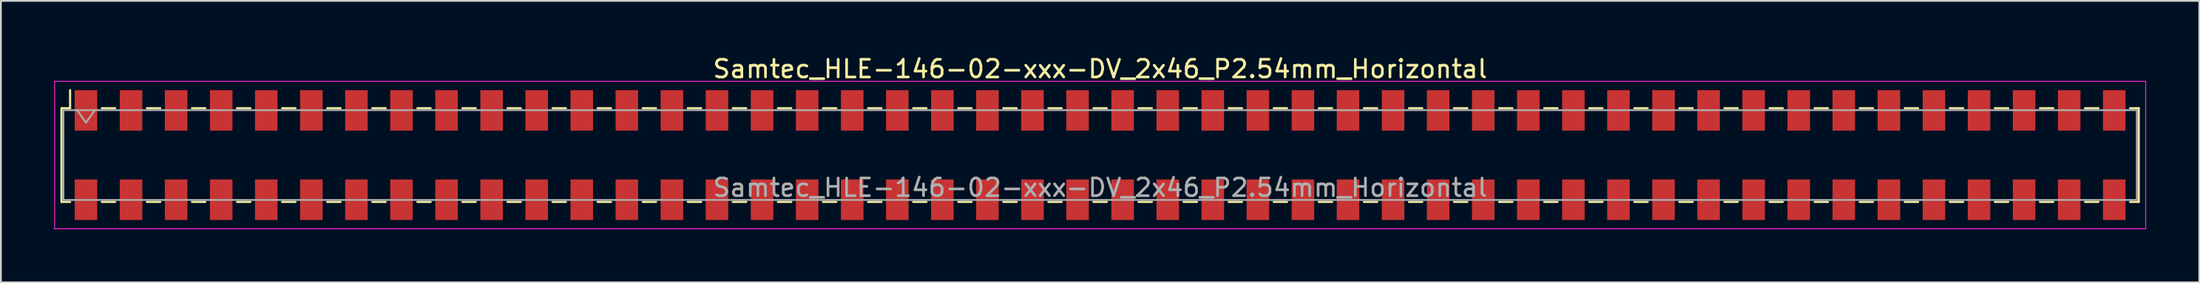
<source format=kicad_pcb>
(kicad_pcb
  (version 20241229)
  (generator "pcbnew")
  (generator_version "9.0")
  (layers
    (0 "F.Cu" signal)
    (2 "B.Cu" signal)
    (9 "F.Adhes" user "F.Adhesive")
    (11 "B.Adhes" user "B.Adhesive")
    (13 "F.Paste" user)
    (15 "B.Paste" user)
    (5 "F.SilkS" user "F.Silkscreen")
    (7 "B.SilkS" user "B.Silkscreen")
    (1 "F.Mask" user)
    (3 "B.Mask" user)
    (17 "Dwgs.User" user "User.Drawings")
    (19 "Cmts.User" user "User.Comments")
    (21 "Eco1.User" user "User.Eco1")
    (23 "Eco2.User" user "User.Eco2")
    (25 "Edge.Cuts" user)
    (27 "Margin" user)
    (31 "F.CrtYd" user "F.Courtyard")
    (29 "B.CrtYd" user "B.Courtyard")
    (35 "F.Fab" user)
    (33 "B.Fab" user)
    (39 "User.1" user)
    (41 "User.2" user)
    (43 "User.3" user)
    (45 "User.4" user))
  (footprint "Samtec_HLE-146-02-xxx-DV_2x46_P2.54mm_Horizontal"
    (layer "F.Cu")
    (at 58.945 5.718)
    (property "Reference" "Samtec_HLE-146-02-xxx-DV_2x46_P2.54mm_Horizontal" (at 0 -4.87 0) (layer "F.SilkS") (effects (font (size 1 1) (thickness 0.15))))
    (attr smd)
    (fp_line (start -58.53 -2.65) (end -58.53 2.65) (stroke (width 0.12) (type solid)) (layer "F.SilkS"))
    (fp_line (start -58.53 2.65) (end -58.045 2.65) (stroke (width 0.12) (type solid)) (layer "F.SilkS"))
    (fp_line (start -58.045 -3.67) (end -58.045 -2.65) (stroke (width 0.12) (type solid)) (layer "F.SilkS"))
    (fp_line (start -58.045 -2.65) (end -58.53 -2.65) (stroke (width 0.12) (type solid)) (layer "F.SilkS"))
    (fp_line (start -56.255 -2.65) (end -55.505 -2.65) (stroke (width 0.12) (type solid)) (layer "F.SilkS"))
    (fp_line (start -56.255 2.65) (end -55.505 2.65) (stroke (width 0.12) (type solid)) (layer "F.SilkS"))
    (fp_line (start -53.715 -2.65) (end -52.965 -2.65) (stroke (width 0.12) (type solid)) (layer "F.SilkS"))
    (fp_line (start -53.715 2.65) (end -52.965 2.65) (stroke (width 0.12) (type solid)) (layer "F.SilkS"))
    (fp_line (start -51.175 -2.65) (end -50.425 -2.65) (stroke (width 0.12) (type solid)) (layer "F.SilkS"))
    (fp_line (start -51.175 2.65) (end -50.425 2.65) (stroke (width 0.12) (type solid)) (layer "F.SilkS"))
    (fp_line (start -48.635 -2.65) (end -47.885 -2.65) (stroke (width 0.12) (type solid)) (layer "F.SilkS"))
    (fp_line (start -48.635 2.65) (end -47.885 2.65) (stroke (width 0.12) (type solid)) (layer "F.SilkS"))
    (fp_line (start -46.095 -2.65) (end -45.345 -2.65) (stroke (width 0.12) (type solid)) (layer "F.SilkS"))
    (fp_line (start -46.095 2.65) (end -45.345 2.65) (stroke (width 0.12) (type solid)) (layer "F.SilkS"))
    (fp_line (start -43.555 -2.65) (end -42.805 -2.65) (stroke (width 0.12) (type solid)) (layer "F.SilkS"))
    (fp_line (start -43.555 2.65) (end -42.805 2.65) (stroke (width 0.12) (type solid)) (layer "F.SilkS"))
    (fp_line (start -41.015 -2.65) (end -40.265 -2.65) (stroke (width 0.12) (type solid)) (layer "F.SilkS"))
    (fp_line (start -41.015 2.65) (end -40.265 2.65) (stroke (width 0.12) (type solid)) (layer "F.SilkS"))
    (fp_line (start -38.475 -2.65) (end -37.725 -2.65) (stroke (width 0.12) (type solid)) (layer "F.SilkS"))
    (fp_line (start -38.475 2.65) (end -37.725 2.65) (stroke (width 0.12) (type solid)) (layer "F.SilkS"))
    (fp_line (start -35.935 -2.65) (end -35.185 -2.65) (stroke (width 0.12) (type solid)) (layer "F.SilkS"))
    (fp_line (start -35.935 2.65) (end -35.185 2.65) (stroke (width 0.12) (type solid)) (layer "F.SilkS"))
    (fp_line (start -33.395 -2.65) (end -32.645 -2.65) (stroke (width 0.12) (type solid)) (layer "F.SilkS"))
    (fp_line (start -33.395 2.65) (end -32.645 2.65) (stroke (width 0.12) (type solid)) (layer "F.SilkS"))
    (fp_line (start -30.855 -2.65) (end -30.105 -2.65) (stroke (width 0.12) (type solid)) (layer "F.SilkS"))
    (fp_line (start -30.855 2.65) (end -30.105 2.65) (stroke (width 0.12) (type solid)) (layer "F.SilkS"))
    (fp_line (start -28.315 -2.65) (end -27.565 -2.65) (stroke (width 0.12) (type solid)) (layer "F.SilkS"))
    (fp_line (start -28.315 2.65) (end -27.565 2.65) (stroke (width 0.12) (type solid)) (layer "F.SilkS"))
    (fp_line (start -25.775 -2.65) (end -25.025 -2.65) (stroke (width 0.12) (type solid)) (layer "F.SilkS"))
    (fp_line (start -25.775 2.65) (end -25.025 2.65) (stroke (width 0.12) (type solid)) (layer "F.SilkS"))
    (fp_line (start -23.235 -2.65) (end -22.485 -2.65) (stroke (width 0.12) (type solid)) (layer "F.SilkS"))
    (fp_line (start -23.235 2.65) (end -22.485 2.65) (stroke (width 0.12) (type solid)) (layer "F.SilkS"))
    (fp_line (start -20.695 -2.65) (end -19.945 -2.65) (stroke (width 0.12) (type solid)) (layer "F.SilkS"))
    (fp_line (start -20.695 2.65) (end -19.945 2.65) (stroke (width 0.12) (type solid)) (layer "F.SilkS"))
    (fp_line (start -18.155 -2.65) (end -17.405 -2.65) (stroke (width 0.12) (type solid)) (layer "F.SilkS"))
    (fp_line (start -18.155 2.65) (end -17.405 2.65) (stroke (width 0.12) (type solid)) (layer "F.SilkS"))
    (fp_line (start -15.615 -2.65) (end -14.865 -2.65) (stroke (width 0.12) (type solid)) (layer "F.SilkS"))
    (fp_line (start -15.615 2.65) (end -14.865 2.65) (stroke (width 0.12) (type solid)) (layer "F.SilkS"))
    (fp_line (start -13.075 -2.65) (end -12.325 -2.65) (stroke (width 0.12) (type solid)) (layer "F.SilkS"))
    (fp_line (start -13.075 2.65) (end -12.325 2.65) (stroke (width 0.12) (type solid)) (layer "F.SilkS"))
    (fp_line (start -10.535 -2.65) (end -9.785 -2.65) (stroke (width 0.12) (type solid)) (layer "F.SilkS"))
    (fp_line (start -10.535 2.65) (end -9.785 2.65) (stroke (width 0.12) (type solid)) (layer "F.SilkS"))
    (fp_line (start -7.995 -2.65) (end -7.245 -2.65) (stroke (width 0.12) (type solid)) (layer "F.SilkS"))
    (fp_line (start -7.995 2.65) (end -7.245 2.65) (stroke (width 0.12) (type solid)) (layer "F.SilkS"))
    (fp_line (start -5.455 -2.65) (end -4.705 -2.65) (stroke (width 0.12) (type solid)) (layer "F.SilkS"))
    (fp_line (start -5.455 2.65) (end -4.705 2.65) (stroke (width 0.12) (type solid)) (layer "F.SilkS"))
    (fp_line (start -2.915 -2.65) (end -2.165 -2.65) (stroke (width 0.12) (type solid)) (layer "F.SilkS"))
    (fp_line (start -2.915 2.65) (end -2.165 2.65) (stroke (width 0.12) (type solid)) (layer "F.SilkS"))
    (fp_line (start -0.375 -2.65) (end 0.375 -2.65) (stroke (width 0.12) (type solid)) (layer "F.SilkS"))
    (fp_line (start -0.375 2.65) (end 0.375 2.65) (stroke (width 0.12) (type solid)) (layer "F.SilkS"))
    (fp_line (start 2.165 -2.65) (end 2.915 -2.65) (stroke (width 0.12) (type solid)) (layer "F.SilkS"))
    (fp_line (start 2.165 2.65) (end 2.915 2.65) (stroke (width 0.12) (type solid)) (layer "F.SilkS"))
    (fp_line (start 4.705 -2.65) (end 5.455 -2.65) (stroke (width 0.12) (type solid)) (layer "F.SilkS"))
    (fp_line (start 4.705 2.65) (end 5.455 2.65) (stroke (width 0.12) (type solid)) (layer "F.SilkS"))
    (fp_line (start 7.245 -2.65) (end 7.995 -2.65) (stroke (width 0.12) (type solid)) (layer "F.SilkS"))
    (fp_line (start 7.245 2.65) (end 7.995 2.65) (stroke (width 0.12) (type solid)) (layer "F.SilkS"))
    (fp_line (start 9.785 -2.65) (end 10.535 -2.65) (stroke (width 0.12) (type solid)) (layer "F.SilkS"))
    (fp_line (start 9.785 2.65) (end 10.535 2.65) (stroke (width 0.12) (type solid)) (layer "F.SilkS"))
    (fp_line (start 12.325 -2.65) (end 13.075 -2.65) (stroke (width 0.12) (type solid)) (layer "F.SilkS"))
    (fp_line (start 12.325 2.65) (end 13.075 2.65) (stroke (width 0.12) (type solid)) (layer "F.SilkS"))
    (fp_line (start 14.865 -2.65) (end 15.615 -2.65) (stroke (width 0.12) (type solid)) (layer "F.SilkS"))
    (fp_line (start 14.865 2.65) (end 15.615 2.65) (stroke (width 0.12) (type solid)) (layer "F.SilkS"))
    (fp_line (start 17.405 -2.65) (end 18.155 -2.65) (stroke (width 0.12) (type solid)) (layer "F.SilkS"))
    (fp_line (start 17.405 2.65) (end 18.155 2.65) (stroke (width 0.12) (type solid)) (layer "F.SilkS"))
    (fp_line (start 19.945 -2.65) (end 20.695 -2.65) (stroke (width 0.12) (type solid)) (layer "F.SilkS"))
    (fp_line (start 19.945 2.65) (end 20.695 2.65) (stroke (width 0.12) (type solid)) (layer "F.SilkS"))
    (fp_line (start 22.485 -2.65) (end 23.235 -2.65) (stroke (width 0.12) (type solid)) (layer "F.SilkS"))
    (fp_line (start 22.485 2.65) (end 23.235 2.65) (stroke (width 0.12) (type solid)) (layer "F.SilkS"))
    (fp_line (start 25.025 -2.65) (end 25.775 -2.65) (stroke (width 0.12) (type solid)) (layer "F.SilkS"))
    (fp_line (start 25.025 2.65) (end 25.775 2.65) (stroke (width 0.12) (type solid)) (layer "F.SilkS"))
    (fp_line (start 27.565 -2.65) (end 28.315 -2.65) (stroke (width 0.12) (type solid)) (layer "F.SilkS"))
    (fp_line (start 27.565 2.65) (end 28.315 2.65) (stroke (width 0.12) (type solid)) (layer "F.SilkS"))
    (fp_line (start 30.105 -2.65) (end 30.855 -2.65) (stroke (width 0.12) (type solid)) (layer "F.SilkS"))
    (fp_line (start 30.105 2.65) (end 30.855 2.65) (stroke (width 0.12) (type solid)) (layer "F.SilkS"))
    (fp_line (start 32.645 -2.65) (end 33.395 -2.65) (stroke (width 0.12) (type solid)) (layer "F.SilkS"))
    (fp_line (start 32.645 2.65) (end 33.395 2.65) (stroke (width 0.12) (type solid)) (layer "F.SilkS"))
    (fp_line (start 35.185 -2.65) (end 35.935 -2.65) (stroke (width 0.12) (type solid)) (layer "F.SilkS"))
    (fp_line (start 35.185 2.65) (end 35.935 2.65) (stroke (width 0.12) (type solid)) (layer "F.SilkS"))
    (fp_line (start 37.725 -2.65) (end 38.475 -2.65) (stroke (width 0.12) (type solid)) (layer "F.SilkS"))
    (fp_line (start 37.725 2.65) (end 38.475 2.65) (stroke (width 0.12) (type solid)) (layer "F.SilkS"))
    (fp_line (start 40.265 -2.65) (end 41.015 -2.65) (stroke (width 0.12) (type solid)) (layer "F.SilkS"))
    (fp_line (start 40.265 2.65) (end 41.015 2.65) (stroke (width 0.12) (type solid)) (layer "F.SilkS"))
    (fp_line (start 42.805 -2.65) (end 43.555 -2.65) (stroke (width 0.12) (type solid)) (layer "F.SilkS"))
    (fp_line (start 42.805 2.65) (end 43.555 2.65) (stroke (width 0.12) (type solid)) (layer "F.SilkS"))
    (fp_line (start 45.345 -2.65) (end 46.095 -2.65) (stroke (width 0.12) (type solid)) (layer "F.SilkS"))
    (fp_line (start 45.345 2.65) (end 46.095 2.65) (stroke (width 0.12) (type solid)) (layer "F.SilkS"))
    (fp_line (start 47.885 -2.65) (end 48.635 -2.65) (stroke (width 0.12) (type solid)) (layer "F.SilkS"))
    (fp_line (start 47.885 2.65) (end 48.635 2.65) (stroke (width 0.12) (type solid)) (layer "F.SilkS"))
    (fp_line (start 50.425 -2.65) (end 51.175 -2.65) (stroke (width 0.12) (type solid)) (layer "F.SilkS"))
    (fp_line (start 50.425 2.65) (end 51.175 2.65) (stroke (width 0.12) (type solid)) (layer "F.SilkS"))
    (fp_line (start 52.965 -2.65) (end 53.715 -2.65) (stroke (width 0.12) (type solid)) (layer "F.SilkS"))
    (fp_line (start 52.965 2.65) (end 53.715 2.65) (stroke (width 0.12) (type solid)) (layer "F.SilkS"))
    (fp_line (start 55.505 -2.65) (end 56.255 -2.65) (stroke (width 0.12) (type solid)) (layer "F.SilkS"))
    (fp_line (start 55.505 2.65) (end 56.255 2.65) (stroke (width 0.12) (type solid)) (layer "F.SilkS"))
    (fp_line (start 58.045 -2.65) (end 58.53 -2.65) (stroke (width 0.12) (type solid)) (layer "F.SilkS"))
    (fp_line (start 58.53 -2.65) (end 58.53 2.65) (stroke (width 0.12) (type solid)) (layer "F.SilkS"))
    (fp_line (start 58.53 2.65) (end 58.045 2.65) (stroke (width 0.12) (type solid)) (layer "F.SilkS"))
    (fp_line (start -58.92 -4.17) (end 58.92 -4.17) (stroke (width 0.05) (type solid)) (layer "F.CrtYd"))
    (fp_line (start -58.92 4.17) (end -58.92 -4.17) (stroke (width 0.05) (type solid)) (layer "F.CrtYd"))
    (fp_line (start 58.92 -4.17) (end 58.92 4.17) (stroke (width 0.05) (type solid)) (layer "F.CrtYd"))
    (fp_line (start 58.92 4.17) (end -58.92 4.17) (stroke (width 0.05) (type solid)) (layer "F.CrtYd"))
    (fp_line (start -58.42 -2.54) (end 58.42 -2.54) (stroke (width 0.1) (type solid)) (layer "F.Fab"))
    (fp_line (start -58.42 2.54) (end -58.42 -2.54) (stroke (width 0.1) (type solid)) (layer "F.Fab"))
    (fp_line (start -57.65 -2.54) (end -57.15 -1.833) (stroke (width 0.1) (type solid)) (layer "F.Fab"))
    (fp_line (start -57.15 -1.833) (end -56.65 -2.54) (stroke (width 0.1) (type solid)) (layer "F.Fab"))
    (fp_line (start 58.42 -2.54) (end 58.42 2.54) (stroke (width 0.1) (type solid)) (layer "F.Fab"))
    (fp_line (start 58.42 2.54) (end -58.42 2.54) (stroke (width 0.1) (type solid)) (layer "F.Fab"))
    (fp_text user "${REFERENCE}" (at 0 1.84 0) (layer "F.Fab") (effects (font (size 1 1) (thickness 0.15))))
    (pad "1" smd rect (at -57.15 -2.525) (size 1.27 2.29) (layers "F.Cu" "F.Mask" "F.Paste"))
    (pad "2" smd rect (at -57.15 2.525) (size 1.27 2.29) (layers "F.Cu" "F.Mask" "F.Paste"))
    (pad "3" smd rect (at -54.61 -2.525) (size 1.27 2.29) (layers "F.Cu" "F.Mask" "F.Paste"))
    (pad "4" smd rect (at -54.61 2.525) (size 1.27 2.29) (layers "F.Cu" "F.Mask" "F.Paste"))
    (pad "5" smd rect (at -52.07 -2.525) (size 1.27 2.29) (layers "F.Cu" "F.Mask" "F.Paste"))
    (pad "6" smd rect (at -52.07 2.525) (size 1.27 2.29) (layers "F.Cu" "F.Mask" "F.Paste"))
    (pad "7" smd rect (at -49.53 -2.525) (size 1.27 2.29) (layers "F.Cu" "F.Mask" "F.Paste"))
    (pad "8" smd rect (at -49.53 2.525) (size 1.27 2.29) (layers "F.Cu" "F.Mask" "F.Paste"))
    (pad "9" smd rect (at -46.99 -2.525) (size 1.27 2.29) (layers "F.Cu" "F.Mask" "F.Paste"))
    (pad "10" smd rect (at -46.99 2.525) (size 1.27 2.29) (layers "F.Cu" "F.Mask" "F.Paste"))
    (pad "11" smd rect (at -44.45 -2.525) (size 1.27 2.29) (layers "F.Cu" "F.Mask" "F.Paste"))
    (pad "12" smd rect (at -44.45 2.525) (size 1.27 2.29) (layers "F.Cu" "F.Mask" "F.Paste"))
    (pad "13" smd rect (at -41.91 -2.525) (size 1.27 2.29) (layers "F.Cu" "F.Mask" "F.Paste"))
    (pad "14" smd rect (at -41.91 2.525) (size 1.27 2.29) (layers "F.Cu" "F.Mask" "F.Paste"))
    (pad "15" smd rect (at -39.37 -2.525) (size 1.27 2.29) (layers "F.Cu" "F.Mask" "F.Paste"))
    (pad "16" smd rect (at -39.37 2.525) (size 1.27 2.29) (layers "F.Cu" "F.Mask" "F.Paste"))
    (pad "17" smd rect (at -36.83 -2.525) (size 1.27 2.29) (layers "F.Cu" "F.Mask" "F.Paste"))
    (pad "18" smd rect (at -36.83 2.525) (size 1.27 2.29) (layers "F.Cu" "F.Mask" "F.Paste"))
    (pad "19" smd rect (at -34.29 -2.525) (size 1.27 2.29) (layers "F.Cu" "F.Mask" "F.Paste"))
    (pad "20" smd rect (at -34.29 2.525) (size 1.27 2.29) (layers "F.Cu" "F.Mask" "F.Paste"))
    (pad "21" smd rect (at -31.75 -2.525) (size 1.27 2.29) (layers "F.Cu" "F.Mask" "F.Paste"))
    (pad "22" smd rect (at -31.75 2.525) (size 1.27 2.29) (layers "F.Cu" "F.Mask" "F.Paste"))
    (pad "23" smd rect (at -29.21 -2.525) (size 1.27 2.29) (layers "F.Cu" "F.Mask" "F.Paste"))
    (pad "24" smd rect (at -29.21 2.525) (size 1.27 2.29) (layers "F.Cu" "F.Mask" "F.Paste"))
    (pad "25" smd rect (at -26.67 -2.525) (size 1.27 2.29) (layers "F.Cu" "F.Mask" "F.Paste"))
    (pad "26" smd rect (at -26.67 2.525) (size 1.27 2.29) (layers "F.Cu" "F.Mask" "F.Paste"))
    (pad "27" smd rect (at -24.13 -2.525) (size 1.27 2.29) (layers "F.Cu" "F.Mask" "F.Paste"))
    (pad "28" smd rect (at -24.13 2.525) (size 1.27 2.29) (layers "F.Cu" "F.Mask" "F.Paste"))
    (pad "29" smd rect (at -21.59 -2.525) (size 1.27 2.29) (layers "F.Cu" "F.Mask" "F.Paste"))
    (pad "30" smd rect (at -21.59 2.525) (size 1.27 2.29) (layers "F.Cu" "F.Mask" "F.Paste"))
    (pad "31" smd rect (at -19.05 -2.525) (size 1.27 2.29) (layers "F.Cu" "F.Mask" "F.Paste"))
    (pad "32" smd rect (at -19.05 2.525) (size 1.27 2.29) (layers "F.Cu" "F.Mask" "F.Paste"))
    (pad "33" smd rect (at -16.51 -2.525) (size 1.27 2.29) (layers "F.Cu" "F.Mask" "F.Paste"))
    (pad "34" smd rect (at -16.51 2.525) (size 1.27 2.29) (layers "F.Cu" "F.Mask" "F.Paste"))
    (pad "35" smd rect (at -13.97 -2.525) (size 1.27 2.29) (layers "F.Cu" "F.Mask" "F.Paste"))
    (pad "36" smd rect (at -13.97 2.525) (size 1.27 2.29) (layers "F.Cu" "F.Mask" "F.Paste"))
    (pad "37" smd rect (at -11.43 -2.525) (size 1.27 2.29) (layers "F.Cu" "F.Mask" "F.Paste"))
    (pad "38" smd rect (at -11.43 2.525) (size 1.27 2.29) (layers "F.Cu" "F.Mask" "F.Paste"))
    (pad "39" smd rect (at -8.89 -2.525) (size 1.27 2.29) (layers "F.Cu" "F.Mask" "F.Paste"))
    (pad "40" smd rect (at -8.89 2.525) (size 1.27 2.29) (layers "F.Cu" "F.Mask" "F.Paste"))
    (pad "41" smd rect (at -6.35 -2.525) (size 1.27 2.29) (layers "F.Cu" "F.Mask" "F.Paste"))
    (pad "42" smd rect (at -6.35 2.525) (size 1.27 2.29) (layers "F.Cu" "F.Mask" "F.Paste"))
    (pad "43" smd rect (at -3.81 -2.525) (size 1.27 2.29) (layers "F.Cu" "F.Mask" "F.Paste"))
    (pad "44" smd rect (at -3.81 2.525) (size 1.27 2.29) (layers "F.Cu" "F.Mask" "F.Paste"))
    (pad "45" smd rect (at -1.27 -2.525) (size 1.27 2.29) (layers "F.Cu" "F.Mask" "F.Paste"))
    (pad "46" smd rect (at -1.27 2.525) (size 1.27 2.29) (layers "F.Cu" "F.Mask" "F.Paste"))
    (pad "47" smd rect (at 1.27 -2.525) (size 1.27 2.29) (layers "F.Cu" "F.Mask" "F.Paste"))
    (pad "48" smd rect (at 1.27 2.525) (size 1.27 2.29) (layers "F.Cu" "F.Mask" "F.Paste"))
    (pad "49" smd rect (at 3.81 -2.525) (size 1.27 2.29) (layers "F.Cu" "F.Mask" "F.Paste"))
    (pad "50" smd rect (at 3.81 2.525) (size 1.27 2.29) (layers "F.Cu" "F.Mask" "F.Paste"))
    (pad "51" smd rect (at 6.35 -2.525) (size 1.27 2.29) (layers "F.Cu" "F.Mask" "F.Paste"))
    (pad "52" smd rect (at 6.35 2.525) (size 1.27 2.29) (layers "F.Cu" "F.Mask" "F.Paste"))
    (pad "53" smd rect (at 8.89 -2.525) (size 1.27 2.29) (layers "F.Cu" "F.Mask" "F.Paste"))
    (pad "54" smd rect (at 8.89 2.525) (size 1.27 2.29) (layers "F.Cu" "F.Mask" "F.Paste"))
    (pad "55" smd rect (at 11.43 -2.525) (size 1.27 2.29) (layers "F.Cu" "F.Mask" "F.Paste"))
    (pad "56" smd rect (at 11.43 2.525) (size 1.27 2.29) (layers "F.Cu" "F.Mask" "F.Paste"))
    (pad "57" smd rect (at 13.97 -2.525) (size 1.27 2.29) (layers "F.Cu" "F.Mask" "F.Paste"))
    (pad "58" smd rect (at 13.97 2.525) (size 1.27 2.29) (layers "F.Cu" "F.Mask" "F.Paste"))
    (pad "59" smd rect (at 16.51 -2.525) (size 1.27 2.29) (layers "F.Cu" "F.Mask" "F.Paste"))
    (pad "60" smd rect (at 16.51 2.525) (size 1.27 2.29) (layers "F.Cu" "F.Mask" "F.Paste"))
    (pad "61" smd rect (at 19.05 -2.525) (size 1.27 2.29) (layers "F.Cu" "F.Mask" "F.Paste"))
    (pad "62" smd rect (at 19.05 2.525) (size 1.27 2.29) (layers "F.Cu" "F.Mask" "F.Paste"))
    (pad "63" smd rect (at 21.59 -2.525) (size 1.27 2.29) (layers "F.Cu" "F.Mask" "F.Paste"))
    (pad "64" smd rect (at 21.59 2.525) (size 1.27 2.29) (layers "F.Cu" "F.Mask" "F.Paste"))
    (pad "65" smd rect (at 24.13 -2.525) (size 1.27 2.29) (layers "F.Cu" "F.Mask" "F.Paste"))
    (pad "66" smd rect (at 24.13 2.525) (size 1.27 2.29) (layers "F.Cu" "F.Mask" "F.Paste"))
    (pad "67" smd rect (at 26.67 -2.525) (size 1.27 2.29) (layers "F.Cu" "F.Mask" "F.Paste"))
    (pad "68" smd rect (at 26.67 2.525) (size 1.27 2.29) (layers "F.Cu" "F.Mask" "F.Paste"))
    (pad "69" smd rect (at 29.21 -2.525) (size 1.27 2.29) (layers "F.Cu" "F.Mask" "F.Paste"))
    (pad "70" smd rect (at 29.21 2.525) (size 1.27 2.29) (layers "F.Cu" "F.Mask" "F.Paste"))
    (pad "71" smd rect (at 31.75 -2.525) (size 1.27 2.29) (layers "F.Cu" "F.Mask" "F.Paste"))
    (pad "72" smd rect (at 31.75 2.525) (size 1.27 2.29) (layers "F.Cu" "F.Mask" "F.Paste"))
    (pad "73" smd rect (at 34.29 -2.525) (size 1.27 2.29) (layers "F.Cu" "F.Mask" "F.Paste"))
    (pad "74" smd rect (at 34.29 2.525) (size 1.27 2.29) (layers "F.Cu" "F.Mask" "F.Paste"))
    (pad "75" smd rect (at 36.83 -2.525) (size 1.27 2.29) (layers "F.Cu" "F.Mask" "F.Paste"))
    (pad "76" smd rect (at 36.83 2.525) (size 1.27 2.29) (layers "F.Cu" "F.Mask" "F.Paste"))
    (pad "77" smd rect (at 39.37 -2.525) (size 1.27 2.29) (layers "F.Cu" "F.Mask" "F.Paste"))
    (pad "78" smd rect (at 39.37 2.525) (size 1.27 2.29) (layers "F.Cu" "F.Mask" "F.Paste"))
    (pad "79" smd rect (at 41.91 -2.525) (size 1.27 2.29) (layers "F.Cu" "F.Mask" "F.Paste"))
    (pad "80" smd rect (at 41.91 2.525) (size 1.27 2.29) (layers "F.Cu" "F.Mask" "F.Paste"))
    (pad "81" smd rect (at 44.45 -2.525) (size 1.27 2.29) (layers "F.Cu" "F.Mask" "F.Paste"))
    (pad "82" smd rect (at 44.45 2.525) (size 1.27 2.29) (layers "F.Cu" "F.Mask" "F.Paste"))
    (pad "83" smd rect (at 46.99 -2.525) (size 1.27 2.29) (layers "F.Cu" "F.Mask" "F.Paste"))
    (pad "84" smd rect (at 46.99 2.525) (size 1.27 2.29) (layers "F.Cu" "F.Mask" "F.Paste"))
    (pad "85" smd rect (at 49.53 -2.525) (size 1.27 2.29) (layers "F.Cu" "F.Mask" "F.Paste"))
    (pad "86" smd rect (at 49.53 2.525) (size 1.27 2.29) (layers "F.Cu" "F.Mask" "F.Paste"))
    (pad "87" smd rect (at 52.07 -2.525) (size 1.27 2.29) (layers "F.Cu" "F.Mask" "F.Paste"))
    (pad "88" smd rect (at 52.07 2.525) (size 1.27 2.29) (layers "F.Cu" "F.Mask" "F.Paste"))
    (pad "89" smd rect (at 54.61 -2.525) (size 1.27 2.29) (layers "F.Cu" "F.Mask" "F.Paste"))
    (pad "90" smd rect (at 54.61 2.525) (size 1.27 2.29) (layers "F.Cu" "F.Mask" "F.Paste"))
    (pad "91" smd rect (at 57.15 -2.525) (size 1.27 2.29) (layers "F.Cu" "F.Mask" "F.Paste"))
    (pad "92" smd rect (at 57.15 2.525) (size 1.27 2.29) (layers "F.Cu" "F.Mask" "F.Paste")))
  (gr_rect
    (start -3 -3)
    (end 120.89 12.913)
    (stroke (width 0.1) (type default))
    (fill no)
    (layer "Edge.Cuts")))
</source>
